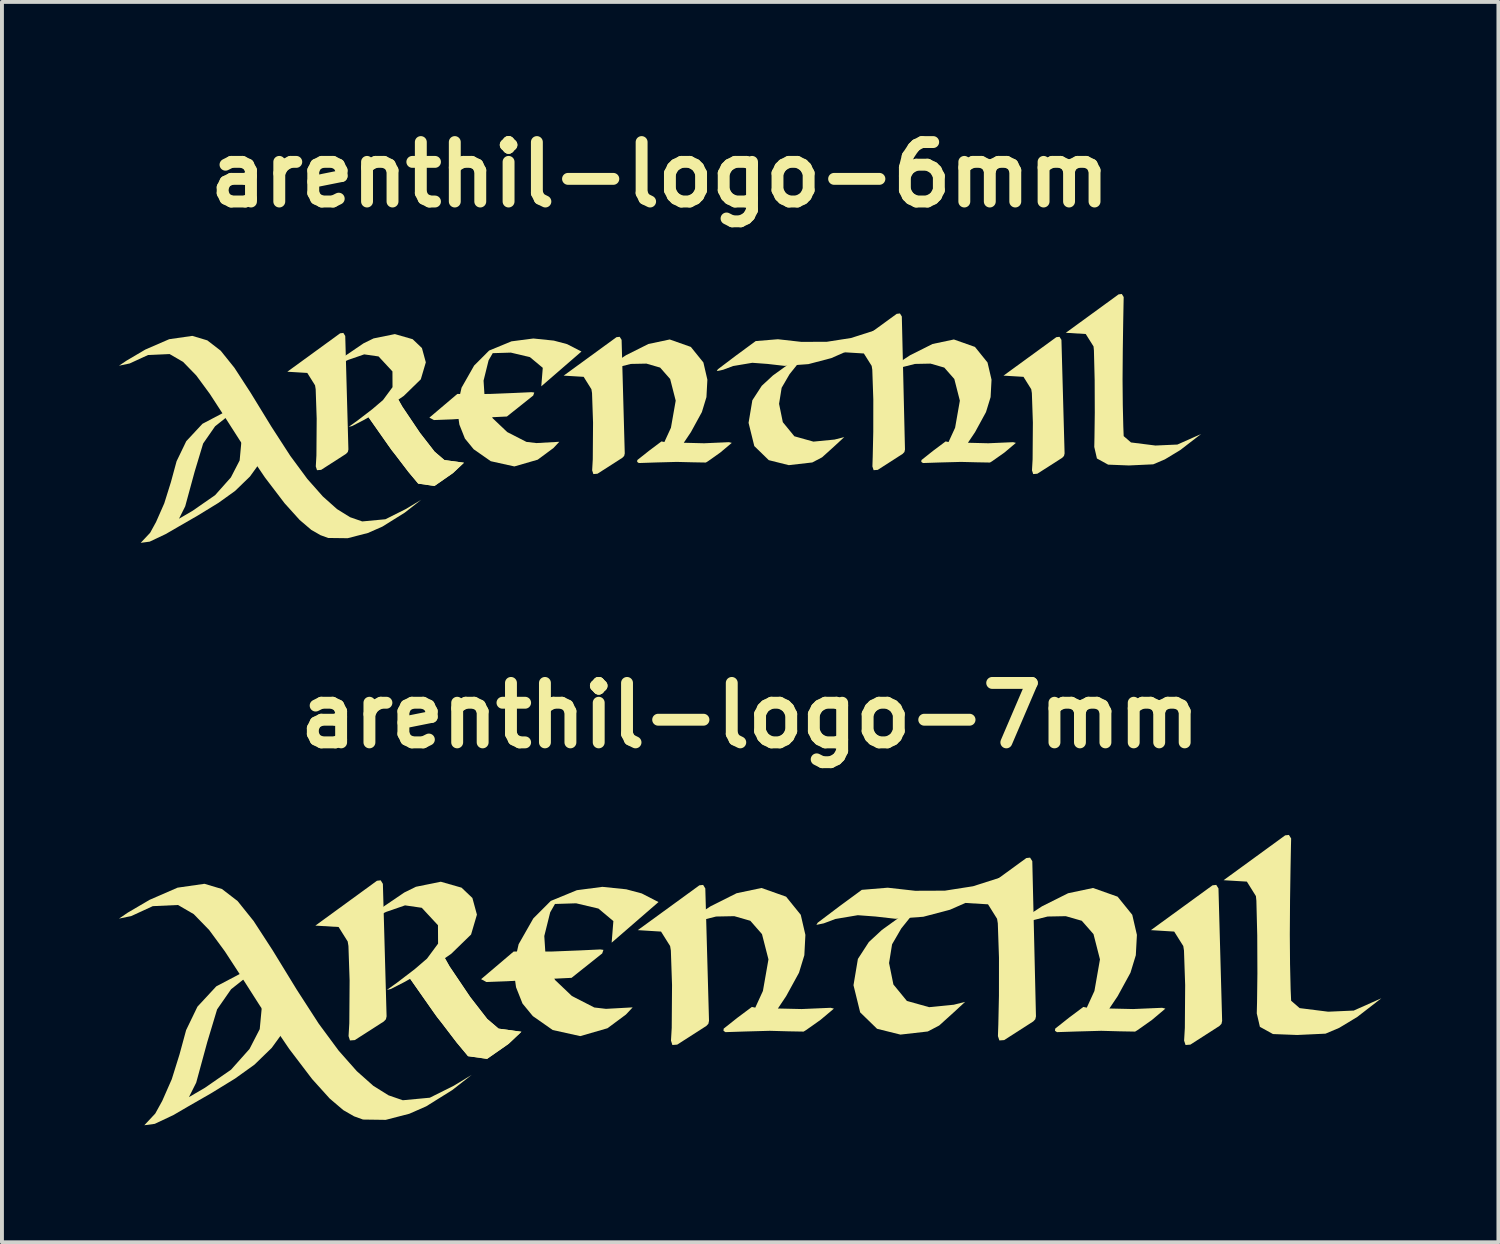
<source format=kicad_pcb>
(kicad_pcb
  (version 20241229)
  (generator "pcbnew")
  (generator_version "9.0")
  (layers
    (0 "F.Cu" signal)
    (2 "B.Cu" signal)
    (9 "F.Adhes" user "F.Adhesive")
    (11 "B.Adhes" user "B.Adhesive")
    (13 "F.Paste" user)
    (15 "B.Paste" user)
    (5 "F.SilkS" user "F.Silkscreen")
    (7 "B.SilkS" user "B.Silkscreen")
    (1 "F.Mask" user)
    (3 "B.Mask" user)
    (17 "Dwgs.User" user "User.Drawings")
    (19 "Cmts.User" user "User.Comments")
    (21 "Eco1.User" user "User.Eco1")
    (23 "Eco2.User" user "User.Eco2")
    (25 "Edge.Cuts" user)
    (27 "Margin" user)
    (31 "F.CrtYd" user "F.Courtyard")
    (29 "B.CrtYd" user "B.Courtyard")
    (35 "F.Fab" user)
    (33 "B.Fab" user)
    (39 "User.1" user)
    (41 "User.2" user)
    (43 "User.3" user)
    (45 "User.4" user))
  (footprint "arenthil-logo-7mm"
    (layer "F.Cu")
    (at 16.182 22.108)
    (property "Reference" "arenthil-logo-7mm" (at 0 -6.815 0) (layer "F.SilkS") (effects (font (size 1.524 1.524) (thickness 0.305))))
    (attr exclude_from_pos_files exclude_from_bom)
    (fp_poly (pts (xy -6.064 -0.763) (xy -6.898 -0.055) (xy -6.762 0.018) (xy -6.208 -0.003) (xy -5.559 -0.045) (xy -4.989 -0.069) (xy -4.579 -0.089) (xy -3.793 -0.715) (xy -3.762 -0.806) (xy -3.842 -0.817) (xy -4.374 -0.792) (xy -5.103 -0.763) (xy -5.682 -0.762) (xy -6.064 -0.763)) (stroke (width 0) (type solid)) (fill yes) (layer "F.SilkS"))
    (fp_poly (pts (xy -11.147 -1.428) (xy -9.568 -2.578) (xy -9.472 -2.589) (xy -9.416 -2.498) (xy -9.321 0.898) (xy -9.338 0.973) (xy -9.391 1.029) (xy -10.136 1.507) (xy -10.26 1.516) (xy -10.296 1.405) (xy -10.277 1.076) (xy -10.269 -0.021) (xy -10.299 -0.905) (xy -10.318 -1.021) (xy -10.551 -1.392) (xy -11.147 -1.428)) (stroke (width 0) (type solid)) (fill yes) (layer "F.SilkS"))
    (fp_poly (pts (xy -7.862 -0.657) (xy -7.708 -0.384) (xy -7.178 0.402) (xy -6.742 0.964) (xy -6.45 1.213) (xy -5.865 1.293) (xy -6.193 1.603) (xy -6.745 1.988) (xy -7.233 1.919) (xy -7.526 1.567) (xy -7.924 1.046) (xy -8.028 0.915) (xy -8.137 0.762) (xy -8.521 0.214) (xy -8.746 -0.107) (xy -7.862 -0.657)) (stroke (width 0) (type solid)) (fill yes) (layer "F.SilkS"))
    (fp_poly (pts (xy -7.862 -0.657) (xy -7.708 -0.384) (xy -7.178 0.402) (xy -6.742 0.964) (xy -6.45 1.213) (xy -5.865 1.293) (xy -6.193 1.603) (xy -6.745 1.988) (xy -7.233 1.919) (xy -7.526 1.567) (xy -7.924 1.046) (xy -8.028 0.915) (xy -8.137 0.762) (xy -8.521 0.214) (xy -8.746 -0.107) (xy -7.862 -0.657)) (stroke (width 0) (type solid)) (fill yes) (layer "F.SilkS"))
    (fp_poly (pts (xy -2.881 -1.312) (xy -1.302 -2.461) (xy -1.206 -2.472) (xy -1.15 -2.381) (xy -1.055 1.014) (xy -1.072 1.09) (xy -1.125 1.145) (xy -1.87 1.623) (xy -1.994 1.633) (xy -2.03 1.521) (xy -2.011 1.192) (xy -2.003 0.095) (xy -2.033 -0.788) (xy -2.052 -0.904) (xy -2.285 -1.275) (xy -2.881 -1.312)) (stroke (width 0) (type solid)) (fill yes) (layer "F.SilkS"))
    (fp_poly (pts (xy 10.274 -1.312) (xy 11.853 -2.461) (xy 11.949 -2.472) (xy 12.006 -2.381) (xy 12.1 1.014) (xy 12.083 1.09) (xy 12.03 1.145) (xy 11.286 1.623) (xy 11.162 1.633) (xy 11.125 1.521) (xy 11.144 1.192) (xy 11.152 0.095) (xy 11.122 -0.788) (xy 11.104 -0.904) (xy 10.871 -1.275) (xy 10.274 -1.312)) (stroke (width 0) (type solid)) (fill yes) (layer "F.SilkS"))
    (fp_poly (pts (xy 5.501 -2.01) (xy 7.08 -3.16) (xy 7.176 -3.171) (xy 7.233 -3.08) (xy 7.327 0.898) (xy 7.31 0.973) (xy 7.257 1.029) (xy 6.512 1.507) (xy 6.389 1.516) (xy 6.352 1.405) (xy 6.362 1.112) (xy 6.378 0.372) (xy 6.379 -0.603) (xy 6.349 -1.487) (xy 6.33 -1.603) (xy 6.098 -1.974) (xy 5.501 -2.01)) (stroke (width 0) (type solid)) (fill yes) (layer "F.SilkS"))
    (fp_poly (pts (xy 1.732 -1.503) (xy 2.281 -1.918) (xy 2.862 -2.345) (xy 3.526 -2.4) (xy 4.23 -2.321) (xy 4.992 -2.324) (xy 5.714 -2.437) (xy 6.466 -2.677) (xy 6.98 -2.859) (xy 6.432 -2.481) (xy 5.845 -2.153) (xy 5.123 -1.835) (xy 4.439 -1.655) (xy 3.725 -1.603) (xy 3.216 -1.661) (xy 2.76 -1.695) (xy 2.185 -1.598) (xy 1.887 -1.486) (xy 1.698 -1.447) (xy 1.732 -1.503)) (stroke (width 0) (type solid)) (fill yes) (layer "F.SilkS"))
    (fp_poly (pts (xy 4.477 -2.068) (xy 4.047 -1.8) (xy 3.376 -1.316) (xy 3.043 -1.007) (xy 2.762 -0.574) (xy 2.649 0.1) (xy 2.82 0.796) (xy 3.253 1.217) (xy 3.852 1.366) (xy 4.554 1.286) (xy 4.846 1.133) (xy 5.216 0.799) (xy 5.511 0.527) (xy 5.221 0.6) (xy 4.589 0.663) (xy 4.018 0.503) (xy 3.672 0.081) (xy 3.561 -0.468) (xy 3.638 -0.948) (xy 3.874 -1.355) (xy 4.128 -1.671) (xy 4.477 -2.068)) (stroke (width 0) (type solid)) (fill yes) (layer "F.SilkS"))
    (fp_poly (pts (xy -10.289 -1.312) (xy -10.275 -1.321) (xy -8.867 -2.277) (xy -8.568 -2.424) (xy -7.931 -2.553) (xy -7.399 -2.401) (xy -7.121 -2.136) (xy -7.005 -1.709) (xy -7.155 -1.2) (xy -7.664 -0.705) (xy -7.831 -0.59) (xy -8.331 -0.285) (xy -8.869 0.021) (xy -9.212 0.197) (xy -9.314 0.221) (xy -9.056 0.037) (xy -8.605 -0.307) (xy -8.285 -0.582) (xy -8.001 -0.966) (xy -8.004 -1.438) (xy -8.419 -1.885) (xy -8.848 -1.947) (xy -9.331 -1.78) (xy -9.97 -1.475) (xy -10.289 -1.312)) (stroke (width 0) (type solid)) (fill yes) (layer "F.SilkS"))
    (fp_poly (pts (xy 13.869 0.498) (xy 13.856 0.208) (xy 13.841 -0.436) (xy 13.835 -1.195) (xy 13.841 -2.08) (xy 13.853 -2.873) (xy 13.864 -3.443) (xy 13.869 -3.662) (xy 13.812 -3.753) (xy 13.716 -3.742) (xy 12.137 -2.592) (xy 12.734 -2.556) (xy 12.966 -2.185) (xy 12.978 -2.064) (xy 13 -1.176) (xy 13.004 -0.203) (xy 12.995 0.532) (xy 12.988 0.823) (xy 13.068 1.167) (xy 13.403 1.352) (xy 14.024 1.376) (xy 14.751 1.342) (xy 15.1 1.194) (xy 15.562 0.915) (xy 16.182 0.435) (xy 15.474 0.75) (xy 14.819 0.779) (xy 14.087 0.687) (xy 13.869 0.498)) (stroke (width 0) (type solid)) (fill yes) (layer "F.SilkS"))
    (fp_poly (pts (xy -6.073 -0.351) (xy -5.936 -0.951) (xy -5.559 -1.613) (xy -5.112 -2.061) (xy -4.443 -2.336) (xy -3.789 -2.422) (xy -3.177 -2.359) (xy -2.78 -2.253) (xy -2.35 -2.032) (xy -3.551 -0.991) (xy -3.507 -1.544) (xy -3.89 -1.865) (xy -4.462 -2) (xy -5.004 -1.983) (xy -5.127 -1.768) (xy -5.278 -1.161) (xy -5.236 -0.511) (xy -5.002 -0.034) (xy -4.57 0.377) (xy -3.996 0.671) (xy -3.696 0.706) (xy -3.012 0.668) (xy -3.186 0.853) (xy -3.658 1.203) (xy -4.356 1.405) (xy -5.062 1.249) (xy -5.573 0.891) (xy -5.836 0.571) (xy -6.002 0.153) (xy -6.073 -0.351)) (stroke (width 0) (type solid)) (fill yes) (layer "F.SilkS"))
    (fp_poly (pts (xy -12.132 -0.448) (xy -12.404 -0.399) (xy -13.022 -0.221) (xy -13.687 0.129) (xy -14.17 0.65) (xy -14.46 1.25) (xy -14.63 1.875) (xy -14.828 2.509) (xy -15.073 3.066) (xy -15.251 3.389) (xy -15.532 3.69) (xy -15.264 3.654) (xy -14.785 3.428) (xy -14.408 3.208) (xy -13.826 2.874) (xy -13.205 2.493) (xy -12.709 2.137) (xy -12.267 1.708) (xy -11.949 1.27) (xy -11.758 0.82) (xy -11.7 0.1) (xy -12.522 0.682) (xy -12.573 1.225) (xy -12.835 1.734) (xy -13.308 2.265) (xy -13.979 2.73) (xy -14.388 2.969) (xy -14.202 2.598) (xy -13.92 1.563) (xy -13.666 0.719) (xy -13.308 0.204) (xy -13.003 -0.038) (xy -12.491 -0.285) (xy -12.132 -0.448)) (stroke (width 0) (type solid)) (fill yes) (layer "F.SilkS"))
    (fp_poly (pts (xy -1.756 -1.423) (xy -1.543 -1.58) (xy -1.016 -1.923) (xy -0.348 -2.258) (xy 0.291 -2.393) (xy 0.921 -2.17) (xy 1.297 -1.705) (xy 1.416 -1.19) (xy 1.389 -0.669) (xy 1.252 -0.22) (xy 0.923 0.38) (xy 0.711 0.697) (xy 1.319 0.711) (xy 2.063 0.679) (xy 2.147 0.7) (xy 1.802 0.99) (xy 1.431 1.252) (xy 1.37 1.289) (xy 0.979 1.282) (xy 0.502 1.269) (xy -0.12 1.286) (xy -0.633 1.303) (xy -0.684 1.269) (xy -0.679 1.213) (xy -0.326 0.933) (xy 0.044 0.657) (xy 0.131 0.675) (xy 0.327 0.247) (xy 0.469 -0.562) (xy 0.303 -1.21) (xy 0.004 -1.552) (xy -0.407 -1.67) (xy -0.873 -1.661) (xy -1.421 -1.523) (xy -1.756 -1.423)) (stroke (width 0) (type solid)) (fill yes) (layer "F.SilkS"))
    (fp_poly (pts (xy 6.743 -1.423) (xy 6.956 -1.58) (xy 7.482 -1.923) (xy 8.151 -2.258) (xy 8.79 -2.393) (xy 9.42 -2.17) (xy 9.796 -1.705) (xy 9.915 -1.19) (xy 9.887 -0.669) (xy 9.75 -0.22) (xy 9.422 0.38) (xy 9.209 0.697) (xy 9.818 0.711) (xy 10.562 0.679) (xy 10.645 0.7) (xy 10.301 0.99) (xy 9.93 1.252) (xy 9.869 1.289) (xy 9.477 1.282) (xy 9.001 1.269) (xy 8.379 1.286) (xy 7.866 1.303) (xy 7.815 1.269) (xy 7.82 1.213) (xy 8.173 0.933) (xy 8.542 0.657) (xy 8.63 0.675) (xy 8.826 0.247) (xy 8.968 -0.562) (xy 8.802 -1.21) (xy 8.502 -1.552) (xy 8.091 -1.67) (xy 7.626 -1.661) (xy 7.078 -1.523) (xy 6.743 -1.423)) (stroke (width 0) (type solid)) (fill yes) (layer "F.SilkS"))
    (fp_poly (pts (xy -16.182 -1.607) (xy -15.862 -1.675) (xy -15.315 -1.927) (xy -14.669 -1.957) (xy -14.265 -1.722) (xy -13.87 -1.316) (xy -13.468 -0.769) (xy -13.038 -0.109) (xy -12.564 0.634) (xy -11.816 1.736) (xy -11.231 2.505) (xy -10.779 3.006) (xy -10.43 3.303) (xy -10.155 3.461) (xy -9.925 3.544) (xy -9.343 3.552) (xy -8.737 3.395) (xy -8.305 3.205) (xy -7.637 2.788) (xy -7.14 2.399) (xy -7.6 2.678) (xy -8.213 2.984) (xy -8.906 3.049) (xy -9.271 2.923) (xy -9.662 2.679) (xy -10.086 2.302) (xy -10.55 1.777) (xy -11.06 1.087) (xy -11.623 0.216) (xy -12.244 -0.798) (xy -12.73 -1.546) (xy -13.141 -2.058) (xy -13.541 -2.366) (xy -13.99 -2.5) (xy -14.68 -2.401) (xy -15.395 -2.09) (xy -15.956 -1.761) (xy -16.182 -1.607)) (stroke (width 0) (type solid)) (fill yes) (layer "F.SilkS")))
  (footprint "arenthil-logo-6mm"
    (layer "F.Cu")
    (at 13.871 7.704)
    (property "Reference" "arenthil-logo-6mm" (at 0 -6.277 0) (layer "F.SilkS") (effects (font (size 1.524 1.524) (thickness 0.305))))
    (attr exclude_from_pos_files exclude_from_bom)
    (fp_poly (pts (xy -5.197 -0.654) (xy -5.913 -0.047) (xy -5.796 0.015) (xy -5.321 -0.003) (xy -4.765 -0.039) (xy -4.276 -0.059) (xy -3.925 -0.076) (xy -3.251 -0.613) (xy -3.224 -0.691) (xy -3.293 -0.7) (xy -3.749 -0.679) (xy -4.374 -0.654) (xy -4.87 -0.653) (xy -5.197 -0.654)) (stroke (width 0) (type solid)) (fill yes) (layer "F.SilkS"))
    (fp_poly (pts (xy -9.555 -1.224) (xy -8.201 -2.209) (xy -8.119 -2.219) (xy -8.07 -2.141) (xy -7.989 0.77) (xy -8.004 0.834) (xy -8.05 0.882) (xy -8.688 1.292) (xy -8.794 1.3) (xy -8.825 1.204) (xy -8.809 0.922) (xy -8.802 -0.018) (xy -8.828 -0.775) (xy -8.844 -0.875) (xy -9.043 -1.193) (xy -9.555 -1.224)) (stroke (width 0) (type solid)) (fill yes) (layer "F.SilkS"))
    (fp_poly (pts (xy -6.739 -0.563) (xy -6.607 -0.329) (xy -6.153 0.345) (xy -5.779 0.826) (xy -5.529 1.04) (xy -5.027 1.109) (xy -5.308 1.374) (xy -5.782 1.704) (xy -6.199 1.645) (xy -6.451 1.344) (xy -6.792 0.897) (xy -6.881 0.784) (xy -6.974 0.653) (xy -7.304 0.183) (xy -7.497 -0.092) (xy -6.739 -0.563)) (stroke (width 0) (type solid)) (fill yes) (layer "F.SilkS"))
    (fp_poly (pts (xy -6.739 -0.563) (xy -6.607 -0.329) (xy -6.153 0.345) (xy -5.779 0.826) (xy -5.529 1.04) (xy -5.027 1.109) (xy -5.308 1.374) (xy -5.782 1.704) (xy -6.199 1.645) (xy -6.451 1.344) (xy -6.792 0.897) (xy -6.881 0.784) (xy -6.974 0.653) (xy -7.304 0.183) (xy -7.497 -0.092) (xy -6.739 -0.563)) (stroke (width 0) (type solid)) (fill yes) (layer "F.SilkS"))
    (fp_poly (pts (xy -2.47 -1.124) (xy -1.116 -2.11) (xy -1.034 -2.119) (xy -0.985 -2.041) (xy -0.904 0.87) (xy -0.919 0.934) (xy -0.965 0.982) (xy -1.603 1.391) (xy -1.709 1.4) (xy -1.74 1.304) (xy -1.724 1.022) (xy -1.717 0.082) (xy -1.743 -0.676) (xy -1.759 -0.775) (xy -1.958 -1.093) (xy -2.47 -1.124)) (stroke (width 0) (type solid)) (fill yes) (layer "F.SilkS"))
    (fp_poly (pts (xy 8.806 -1.124) (xy 10.16 -2.11) (xy 10.242 -2.119) (xy 10.291 -2.041) (xy 10.372 0.87) (xy 10.357 0.934) (xy 10.312 0.982) (xy 9.673 1.391) (xy 9.567 1.4) (xy 9.536 1.304) (xy 9.552 1.022) (xy 9.559 0.082) (xy 9.533 -0.676) (xy 9.517 -0.775) (xy 9.318 -1.093) (xy 8.806 -1.124)) (stroke (width 0) (type solid)) (fill yes) (layer "F.SilkS"))
    (fp_poly (pts (xy 4.715 -1.723) (xy 6.068 -2.708) (xy 6.151 -2.718) (xy 6.199 -2.64) (xy 6.28 0.77) (xy 6.266 0.834) (xy 6.22 0.882) (xy 5.582 1.292) (xy 5.476 1.3) (xy 5.445 1.204) (xy 5.453 0.953) (xy 5.467 0.319) (xy 5.468 -0.517) (xy 5.442 -1.274) (xy 5.426 -1.374) (xy 5.226 -1.692) (xy 4.715 -1.723)) (stroke (width 0) (type solid)) (fill yes) (layer "F.SilkS"))
    (fp_poly (pts (xy 1.484 -1.288) (xy 1.955 -1.644) (xy 2.453 -2.01) (xy 3.022 -2.057) (xy 3.626 -1.989) (xy 4.279 -1.992) (xy 4.898 -2.089) (xy 5.542 -2.295) (xy 5.983 -2.451) (xy 5.513 -2.126) (xy 5.01 -1.845) (xy 4.391 -1.573) (xy 3.804 -1.419) (xy 3.193 -1.374) (xy 2.756 -1.424) (xy 2.366 -1.453) (xy 1.873 -1.37) (xy 1.617 -1.274) (xy 1.455 -1.241) (xy 1.484 -1.288)) (stroke (width 0) (type solid)) (fill yes) (layer "F.SilkS"))
    (fp_poly (pts (xy 3.838 -1.773) (xy 3.469 -1.543) (xy 2.894 -1.128) (xy 2.608 -0.863) (xy 2.367 -0.492) (xy 2.27 0.086) (xy 2.417 0.682) (xy 2.788 1.043) (xy 3.301 1.171) (xy 3.904 1.102) (xy 4.154 0.971) (xy 4.471 0.685) (xy 4.723 0.452) (xy 4.475 0.515) (xy 3.933 0.568) (xy 3.444 0.431) (xy 3.148 0.069) (xy 3.052 -0.401) (xy 3.118 -0.812) (xy 3.321 -1.161) (xy 3.538 -1.432) (xy 3.838 -1.773)) (stroke (width 0) (type solid)) (fill yes) (layer "F.SilkS"))
    (fp_poly (pts (xy -8.819 -1.124) (xy -8.807 -1.132) (xy -7.601 -1.952) (xy -7.344 -2.078) (xy -6.798 -2.189) (xy -6.342 -2.058) (xy -6.104 -1.831) (xy -6.004 -1.465) (xy -6.133 -1.029) (xy -6.569 -0.604) (xy -6.712 -0.506) (xy -7.141 -0.244) (xy -7.602 0.018) (xy -7.896 0.169) (xy -7.983 0.19) (xy -7.762 0.032) (xy -7.376 -0.264) (xy -7.101 -0.499) (xy -6.858 -0.828) (xy -6.86 -1.232) (xy -7.216 -1.616) (xy -7.584 -1.669) (xy -7.998 -1.526) (xy -8.546 -1.264) (xy -8.819 -1.124)) (stroke (width 0) (type solid)) (fill yes) (layer "F.SilkS"))
    (fp_poly (pts (xy 11.887 0.427) (xy 11.877 0.178) (xy 11.864 -0.374) (xy 11.858 -1.024) (xy 11.864 -1.783) (xy 11.874 -2.462) (xy 11.883 -2.951) (xy 11.887 -3.139) (xy 11.839 -3.217) (xy 11.756 -3.207) (xy 10.403 -2.222) (xy 10.914 -2.191) (xy 11.114 -1.873) (xy 11.124 -1.769) (xy 11.143 -1.008) (xy 11.146 -0.174) (xy 11.138 0.456) (xy 11.133 0.705) (xy 11.201 1) (xy 11.488 1.158) (xy 12.02 1.179) (xy 12.644 1.15) (xy 12.943 1.023) (xy 13.338 0.784) (xy 13.871 0.373) (xy 13.264 0.643) (xy 12.702 0.668) (xy 12.074 0.589) (xy 11.887 0.427)) (stroke (width 0) (type solid)) (fill yes) (layer "F.SilkS"))
    (fp_poly (pts (xy -5.206 -0.301) (xy -5.088 -0.815) (xy -4.765 -1.383) (xy -4.381 -1.767) (xy -3.808 -2.003) (xy -3.247 -2.076) (xy -2.723 -2.022) (xy -2.382 -1.931) (xy -2.014 -1.742) (xy -3.044 -0.85) (xy -3.006 -1.324) (xy -3.335 -1.598) (xy -3.824 -1.714) (xy -4.289 -1.7) (xy -4.395 -1.516) (xy -4.524 -0.995) (xy -4.488 -0.438) (xy -4.288 -0.029) (xy -3.917 0.323) (xy -3.425 0.575) (xy -3.168 0.605) (xy -2.582 0.572) (xy -2.731 0.731) (xy -3.136 1.031) (xy -3.734 1.204) (xy -4.339 1.07) (xy -4.777 0.764) (xy -5.002 0.489) (xy -5.144 0.131) (xy -5.206 -0.301)) (stroke (width 0) (type solid)) (fill yes) (layer "F.SilkS"))
    (fp_poly (pts (xy -10.399 -0.384) (xy -10.632 -0.342) (xy -11.161 -0.189) (xy -11.731 0.111) (xy -12.146 0.557) (xy -12.394 1.071) (xy -12.54 1.608) (xy -12.71 2.151) (xy -12.92 2.628) (xy -13.072 2.905) (xy -13.314 3.163) (xy -13.083 3.132) (xy -12.673 2.938) (xy -12.349 2.75) (xy -11.851 2.463) (xy -11.319 2.137) (xy -10.894 1.832) (xy -10.514 1.464) (xy -10.242 1.088) (xy -10.079 0.703) (xy -10.029 0.086) (xy -10.734 0.585) (xy -10.777 1.05) (xy -11.002 1.486) (xy -11.407 1.941) (xy -11.982 2.34) (xy -12.332 2.545) (xy -12.173 2.227) (xy -11.931 1.339) (xy -11.713 0.616) (xy -11.406 0.174) (xy -11.145 -0.033) (xy -10.707 -0.244) (xy -10.399 -0.384)) (stroke (width 0) (type solid)) (fill yes) (layer "F.SilkS"))
    (fp_poly (pts (xy -1.505 -1.22) (xy -1.322 -1.354) (xy -0.871 -1.648) (xy -0.298 -1.935) (xy 0.249 -2.051) (xy 0.79 -1.86) (xy 1.112 -1.461) (xy 1.214 -1.02) (xy 1.19 -0.573) (xy 1.073 -0.189) (xy 0.791 0.326) (xy 0.609 0.597) (xy 1.131 0.61) (xy 1.768 0.582) (xy 1.84 0.6) (xy 1.545 0.848) (xy 1.227 1.073) (xy 1.175 1.104) (xy 0.839 1.098) (xy 0.43 1.088) (xy -0.103 1.102) (xy -0.543 1.117) (xy -0.586 1.088) (xy -0.582 1.04) (xy -0.279 0.8) (xy 0.037 0.563) (xy 0.112 0.578) (xy 0.28 0.212) (xy 0.402 -0.482) (xy 0.26 -1.037) (xy 0.003 -1.33) (xy -0.349 -1.432) (xy -0.748 -1.424) (xy -1.218 -1.305) (xy -1.505 -1.22)) (stroke (width 0) (type solid)) (fill yes) (layer "F.SilkS"))
    (fp_poly (pts (xy 5.779 -1.22) (xy 5.962 -1.354) (xy 6.414 -1.648) (xy 6.986 -1.935) (xy 7.534 -2.051) (xy 8.074 -1.86) (xy 8.396 -1.461) (xy 8.499 -1.02) (xy 8.475 -0.573) (xy 8.357 -0.189) (xy 8.076 0.326) (xy 7.894 0.597) (xy 8.416 0.61) (xy 9.053 0.582) (xy 9.124 0.6) (xy 8.83 0.848) (xy 8.511 1.073) (xy 8.459 1.104) (xy 8.123 1.098) (xy 7.715 1.088) (xy 7.182 1.102) (xy 6.742 1.117) (xy 6.698 1.088) (xy 6.703 1.04) (xy 7.005 0.8) (xy 7.322 0.563) (xy 7.397 0.578) (xy 7.565 0.212) (xy 7.687 -0.482) (xy 7.545 -1.037) (xy 7.288 -1.33) (xy 6.935 -1.432) (xy 6.536 -1.424) (xy 6.067 -1.305) (xy 5.779 -1.22)) (stroke (width 0) (type solid)) (fill yes) (layer "F.SilkS"))
    (fp_poly (pts (xy -13.871 -1.378) (xy -13.596 -1.436) (xy -13.127 -1.652) (xy -12.573 -1.677) (xy -12.227 -1.476) (xy -11.889 -1.128) (xy -11.544 -0.659) (xy -11.176 -0.093) (xy -10.769 0.543) (xy -10.128 1.488) (xy -9.626 2.147) (xy -9.239 2.576) (xy -8.94 2.831) (xy -8.705 2.966) (xy -8.507 3.038) (xy -8.008 3.044) (xy -7.489 2.91) (xy -7.118 2.747) (xy -6.546 2.39) (xy -6.12 2.057) (xy -6.515 2.295) (xy -7.04 2.558) (xy -7.634 2.614) (xy -7.947 2.505) (xy -8.282 2.297) (xy -8.645 1.973) (xy -9.043 1.523) (xy -9.48 0.931) (xy -9.962 0.186) (xy -10.495 -0.684) (xy -10.911 -1.325) (xy -11.264 -1.764) (xy -11.606 -2.028) (xy -11.991 -2.143) (xy -12.583 -2.058) (xy -13.196 -1.792) (xy -13.676 -1.509) (xy -13.871 -1.378)) (stroke (width 0) (type solid)) (fill yes) (layer "F.SilkS")))
  (gr_rect
    (start -3 -3)
    (end 35.365 28.798)
    (stroke (width 0.1) (type default))
    (fill no)
    (layer "Edge.Cuts")))
</source>
